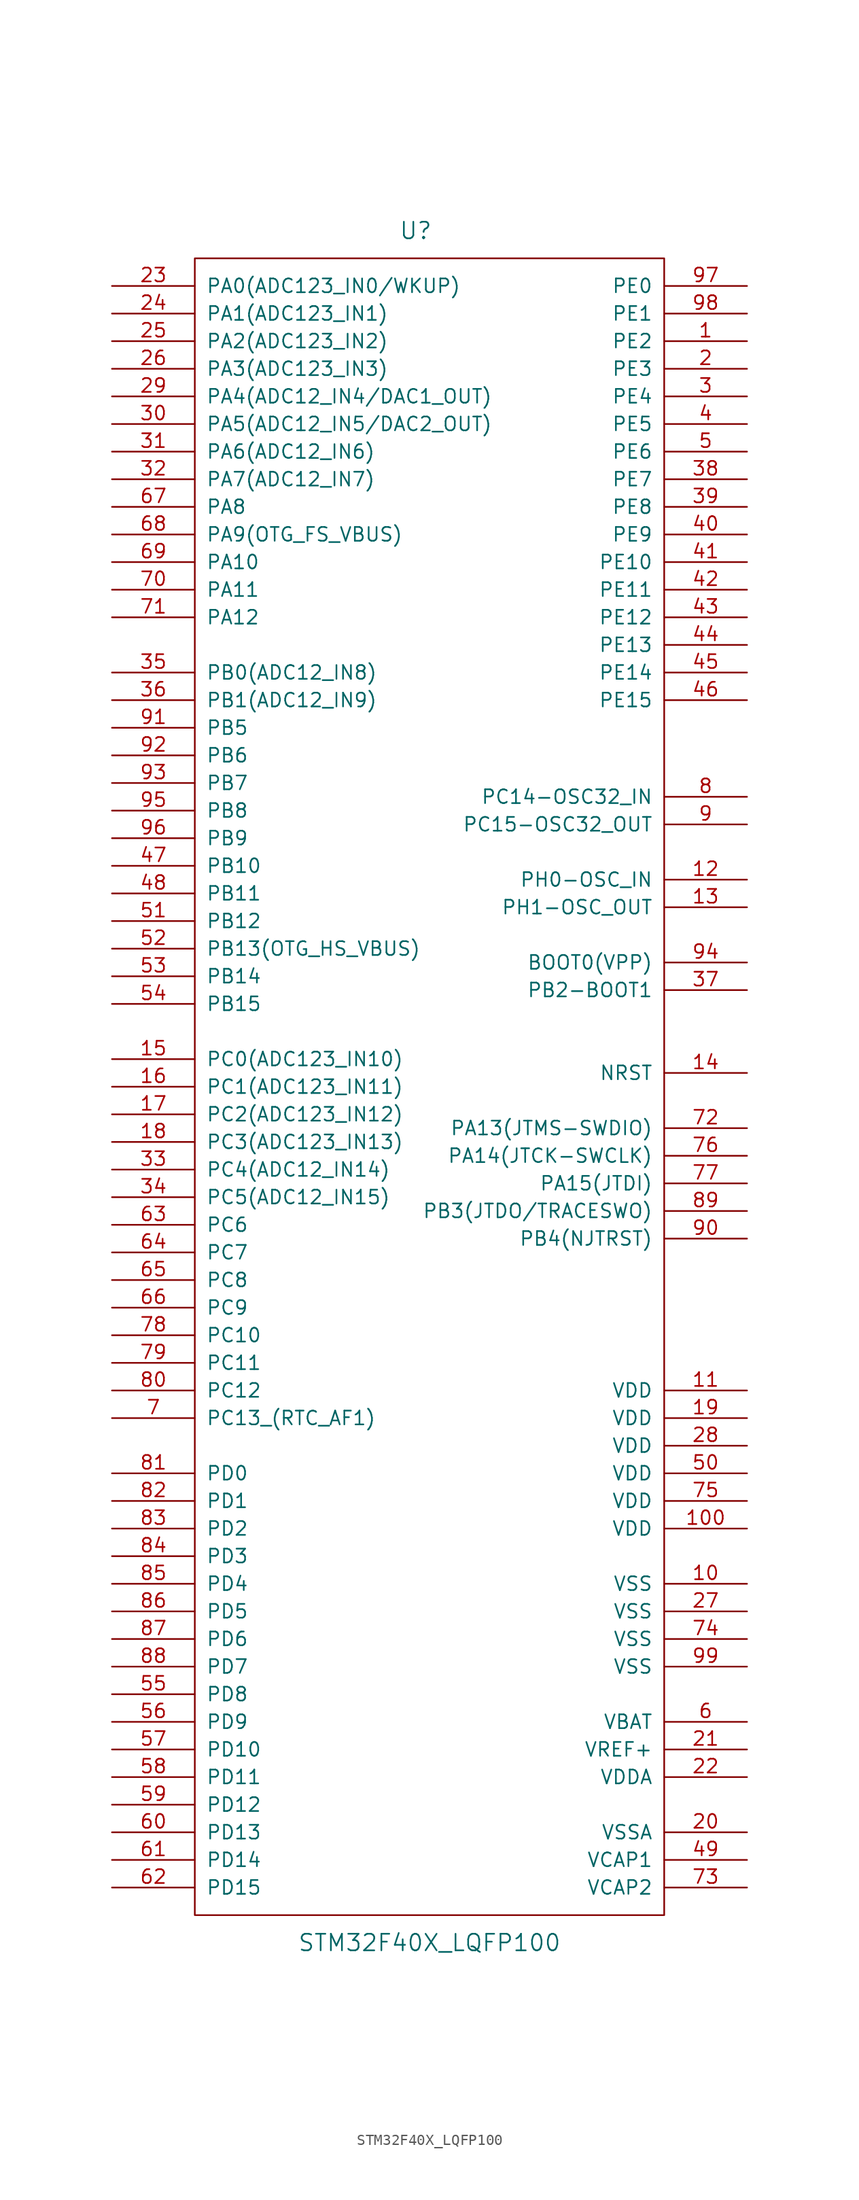
<source format=kicad_sym>
(kicad_symbol_lib
  (version 20211014)
  (generator kicad_symbol_editor)
  (symbol "STM32F40X_LQFP100"
    (pin_names
      (offset 1.016))
    (property "Reference" "U"
      (at -1.27 78.74 0)
      (effects (font (size 1.524 1.524))))
    (property "Value" "STM32F40X_LQFP100"
      (at 0 -78.74 0)
      (effects (font (size 1.524 1.524))))
    (property "Footprint" ""
      (at 0 0 0)
      (effects (font (size 1.524 1.524))))
    (property "Datasheet" ""
      (at 0 0 0)
      (effects (font (size 1.524 1.524))))
    (symbol "STM32F40X_LQFP100_0_1"
      (rectangle (start -21.59 76.2) (end 21.59 -76.2) (stroke (width 0) (type default) (color 0 0 0 0)) (fill (type none))))
    (symbol "STM32F40X_LQFP100_1_1"
      (pin bidirectional line (at 29.21 68.58 180) (length 7.62) (name "PE2" (effects (font (size 1.27 1.27)))) (number "1" (effects (font (size 1.27 1.27)))))
      (pin power_in line (at 29.21 -45.72 180) (length 7.62) (name "VSS" (effects (font (size 1.27 1.27)))) (number "10" (effects (font (size 1.27 1.27)))))
      (pin power_in line (at 29.21 -40.64 180) (length 7.62) (name "VDD" (effects (font (size 1.27 1.27)))) (number "100" (effects (font (size 1.27 1.27)))))
      (pin power_in line (at 29.21 -27.94 180) (length 7.62) (name "VDD" (effects (font (size 1.27 1.27)))) (number "11" (effects (font (size 1.27 1.27)))))
      (pin bidirectional line (at 29.21 19.05 180) (length 7.62) (name "PH0-OSC_IN" (effects (font (size 1.27 1.27)))) (number "12" (effects (font (size 1.27 1.27)))))
      (pin bidirectional line (at 29.21 16.51 180) (length 7.62) (name "PH1-OSC_OUT" (effects (font (size 1.27 1.27)))) (number "13" (effects (font (size 1.27 1.27)))))
      (pin bidirectional line (at 29.21 1.27 180) (length 7.62) (name "NRST" (effects (font (size 1.27 1.27)))) (number "14" (effects (font (size 1.27 1.27)))))
      (pin bidirectional line (at -29.21 2.54 0) (length 7.62) (name "PC0(ADC123_IN10)" (effects (font (size 1.27 1.27)))) (number "15" (effects (font (size 1.27 1.27)))))
      (pin bidirectional line (at -29.21 0 0) (length 7.62) (name "PC1(ADC123_IN11)" (effects (font (size 1.27 1.27)))) (number "16" (effects (font (size 1.27 1.27)))))
      (pin bidirectional line (at -29.21 -2.54 0) (length 7.62) (name "PC2(ADC123_IN12)" (effects (font (size 1.27 1.27)))) (number "17" (effects (font (size 1.27 1.27)))))
      (pin bidirectional line (at -29.21 -5.08 0) (length 7.62) (name "PC3(ADC123_IN13)" (effects (font (size 1.27 1.27)))) (number "18" (effects (font (size 1.27 1.27)))))
      (pin power_in line (at 29.21 -30.48 180) (length 7.62) (name "VDD" (effects (font (size 1.27 1.27)))) (number "19" (effects (font (size 1.27 1.27)))))
      (pin bidirectional line (at 29.21 66.04 180) (length 7.62) (name "PE3" (effects (font (size 1.27 1.27)))) (number "2" (effects (font (size 1.27 1.27)))))
      (pin power_in line (at 29.21 -68.58 180) (length 7.62) (name "VSSA" (effects (font (size 1.27 1.27)))) (number "20" (effects (font (size 1.27 1.27)))))
      (pin input line (at 29.21 -60.96 180) (length 7.62) (name "VREF+" (effects (font (size 1.27 1.27)))) (number "21" (effects (font (size 1.27 1.27)))))
      (pin power_in line (at 29.21 -63.5 180) (length 7.62) (name "VDDA" (effects (font (size 1.27 1.27)))) (number "22" (effects (font (size 1.27 1.27)))))
      (pin bidirectional line (at -29.21 73.66 0) (length 7.62) (name "PA0(ADC123_IN0/WKUP)" (effects (font (size 1.27 1.27)))) (number "23" (effects (font (size 1.27 1.27)))))
      (pin bidirectional line (at -29.21 71.12 0) (length 7.62) (name "PA1(ADC123_IN1)" (effects (font (size 1.27 1.27)))) (number "24" (effects (font (size 1.27 1.27)))))
      (pin bidirectional line (at -29.21 68.58 0) (length 7.62) (name "PA2(ADC123_IN2)" (effects (font (size 1.27 1.27)))) (number "25" (effects (font (size 1.27 1.27)))))
      (pin bidirectional line (at -29.21 66.04 0) (length 7.62) (name "PA3(ADC123_IN3)" (effects (font (size 1.27 1.27)))) (number "26" (effects (font (size 1.27 1.27)))))
      (pin power_in line (at 29.21 -48.26 180) (length 7.62) (name "VSS" (effects (font (size 1.27 1.27)))) (number "27" (effects (font (size 1.27 1.27)))))
      (pin power_in line (at 29.21 -33.02 180) (length 7.62) (name "VDD" (effects (font (size 1.27 1.27)))) (number "28" (effects (font (size 1.27 1.27)))))
      (pin bidirectional line (at -29.21 63.5 0) (length 7.62) (name "PA4(ADC12_IN4/DAC1_OUT)" (effects (font (size 1.27 1.27)))) (number "29" (effects (font (size 1.27 1.27)))))
      (pin bidirectional line (at 29.21 63.5 180) (length 7.62) (name "PE4" (effects (font (size 1.27 1.27)))) (number "3" (effects (font (size 1.27 1.27)))))
      (pin bidirectional line (at -29.21 60.96 0) (length 7.62) (name "PA5(ADC12_IN5/DAC2_OUT)" (effects (font (size 1.27 1.27)))) (number "30" (effects (font (size 1.27 1.27)))))
      (pin bidirectional line (at -29.21 58.42 0) (length 7.62) (name "PA6(ADC12_IN6)" (effects (font (size 1.27 1.27)))) (number "31" (effects (font (size 1.27 1.27)))))
      (pin bidirectional line (at -29.21 55.88 0) (length 7.62) (name "PA7(ADC12_IN7)" (effects (font (size 1.27 1.27)))) (number "32" (effects (font (size 1.27 1.27)))))
      (pin bidirectional line (at -29.21 -7.62 0) (length 7.62) (name "PC4(ADC12_IN14)" (effects (font (size 1.27 1.27)))) (number "33" (effects (font (size 1.27 1.27)))))
      (pin bidirectional line (at -29.21 -10.16 0) (length 7.62) (name "PC5(ADC12_IN15)" (effects (font (size 1.27 1.27)))) (number "34" (effects (font (size 1.27 1.27)))))
      (pin bidirectional line (at -29.21 38.1 0) (length 7.62) (name "PB0(ADC12_IN8)" (effects (font (size 1.27 1.27)))) (number "35" (effects (font (size 1.27 1.27)))))
      (pin bidirectional line (at -29.21 35.56 0) (length 7.62) (name "PB1(ADC12_IN9)" (effects (font (size 1.27 1.27)))) (number "36" (effects (font (size 1.27 1.27)))))
      (pin bidirectional line (at 29.21 8.89 180) (length 7.62) (name "PB2-BOOT1" (effects (font (size 1.27 1.27)))) (number "37" (effects (font (size 1.27 1.27)))))
      (pin bidirectional line (at 29.21 55.88 180) (length 7.62) (name "PE7" (effects (font (size 1.27 1.27)))) (number "38" (effects (font (size 1.27 1.27)))))
      (pin bidirectional line (at 29.21 53.34 180) (length 7.62) (name "PE8" (effects (font (size 1.27 1.27)))) (number "39" (effects (font (size 1.27 1.27)))))
      (pin bidirectional line (at 29.21 60.96 180) (length 7.62) (name "PE5" (effects (font (size 1.27 1.27)))) (number "4" (effects (font (size 1.27 1.27)))))
      (pin bidirectional line (at 29.21 50.8 180) (length 7.62) (name "PE9" (effects (font (size 1.27 1.27)))) (number "40" (effects (font (size 1.27 1.27)))))
      (pin bidirectional line (at 29.21 48.26 180) (length 7.62) (name "PE10" (effects (font (size 1.27 1.27)))) (number "41" (effects (font (size 1.27 1.27)))))
      (pin bidirectional line (at 29.21 45.72 180) (length 7.62) (name "PE11" (effects (font (size 1.27 1.27)))) (number "42" (effects (font (size 1.27 1.27)))))
      (pin bidirectional line (at 29.21 43.18 180) (length 7.62) (name "PE12" (effects (font (size 1.27 1.27)))) (number "43" (effects (font (size 1.27 1.27)))))
      (pin bidirectional line (at 29.21 40.64 180) (length 7.62) (name "PE13" (effects (font (size 1.27 1.27)))) (number "44" (effects (font (size 1.27 1.27)))))
      (pin bidirectional line (at 29.21 38.1 180) (length 7.62) (name "PE14" (effects (font (size 1.27 1.27)))) (number "45" (effects (font (size 1.27 1.27)))))
      (pin bidirectional line (at 29.21 35.56 180) (length 7.62) (name "PE15" (effects (font (size 1.27 1.27)))) (number "46" (effects (font (size 1.27 1.27)))))
      (pin bidirectional line (at -29.21 20.32 0) (length 7.62) (name "PB10" (effects (font (size 1.27 1.27)))) (number "47" (effects (font (size 1.27 1.27)))))
      (pin bidirectional line (at -29.21 17.78 0) (length 7.62) (name "PB11" (effects (font (size 1.27 1.27)))) (number "48" (effects (font (size 1.27 1.27)))))
      (pin power_out line (at 29.21 -71.12 180) (length 7.62) (name "VCAP1" (effects (font (size 1.27 1.27)))) (number "49" (effects (font (size 1.27 1.27)))))
      (pin bidirectional line (at 29.21 58.42 180) (length 7.62) (name "PE6" (effects (font (size 1.27 1.27)))) (number "5" (effects (font (size 1.27 1.27)))))
      (pin power_in line (at 29.21 -35.56 180) (length 7.62) (name "VDD" (effects (font (size 1.27 1.27)))) (number "50" (effects (font (size 1.27 1.27)))))
      (pin bidirectional line (at -29.21 15.24 0) (length 7.62) (name "PB12" (effects (font (size 1.27 1.27)))) (number "51" (effects (font (size 1.27 1.27)))))
      (pin bidirectional line (at -29.21 12.7 0) (length 7.62) (name "PB13(OTG_HS_VBUS)" (effects (font (size 1.27 1.27)))) (number "52" (effects (font (size 1.27 1.27)))))
      (pin bidirectional line (at -29.21 10.16 0) (length 7.62) (name "PB14" (effects (font (size 1.27 1.27)))) (number "53" (effects (font (size 1.27 1.27)))))
      (pin bidirectional line (at -29.21 7.62 0) (length 7.62) (name "PB15" (effects (font (size 1.27 1.27)))) (number "54" (effects (font (size 1.27 1.27)))))
      (pin bidirectional line (at -29.21 -55.88 0) (length 7.62) (name "PD8" (effects (font (size 1.27 1.27)))) (number "55" (effects (font (size 1.27 1.27)))))
      (pin bidirectional line (at -29.21 -58.42 0) (length 7.62) (name "PD9" (effects (font (size 1.27 1.27)))) (number "56" (effects (font (size 1.27 1.27)))))
      (pin bidirectional line (at -29.21 -60.96 0) (length 7.62) (name "PD10" (effects (font (size 1.27 1.27)))) (number "57" (effects (font (size 1.27 1.27)))))
      (pin bidirectional line (at -29.21 -63.5 0) (length 7.62) (name "PD11" (effects (font (size 1.27 1.27)))) (number "58" (effects (font (size 1.27 1.27)))))
      (pin bidirectional line (at -29.21 -66.04 0) (length 7.62) (name "PD12" (effects (font (size 1.27 1.27)))) (number "59" (effects (font (size 1.27 1.27)))))
      (pin power_in line (at 29.21 -58.42 180) (length 7.62) (name "VBAT" (effects (font (size 1.27 1.27)))) (number "6" (effects (font (size 1.27 1.27)))))
      (pin bidirectional line (at -29.21 -68.58 0) (length 7.62) (name "PD13" (effects (font (size 1.27 1.27)))) (number "60" (effects (font (size 1.27 1.27)))))
      (pin bidirectional line (at -29.21 -71.12 0) (length 7.62) (name "PD14" (effects (font (size 1.27 1.27)))) (number "61" (effects (font (size 1.27 1.27)))))
      (pin bidirectional line (at -29.21 -73.66 0) (length 7.62) (name "PD15" (effects (font (size 1.27 1.27)))) (number "62" (effects (font (size 1.27 1.27)))))
      (pin bidirectional line (at -29.21 -12.7 0) (length 7.62) (name "PC6" (effects (font (size 1.27 1.27)))) (number "63" (effects (font (size 1.27 1.27)))))
      (pin bidirectional line (at -29.21 -15.24 0) (length 7.62) (name "PC7" (effects (font (size 1.27 1.27)))) (number "64" (effects (font (size 1.27 1.27)))))
      (pin bidirectional line (at -29.21 -17.78 0) (length 7.62) (name "PC8" (effects (font (size 1.27 1.27)))) (number "65" (effects (font (size 1.27 1.27)))))
      (pin bidirectional line (at -29.21 -20.32 0) (length 7.62) (name "PC9" (effects (font (size 1.27 1.27)))) (number "66" (effects (font (size 1.27 1.27)))))
      (pin bidirectional line (at -29.21 53.34 0) (length 7.62) (name "PA8" (effects (font (size 1.27 1.27)))) (number "67" (effects (font (size 1.27 1.27)))))
      (pin bidirectional line (at -29.21 50.8 0) (length 7.62) (name "PA9(OTG_FS_VBUS)" (effects (font (size 1.27 1.27)))) (number "68" (effects (font (size 1.27 1.27)))))
      (pin bidirectional line (at -29.21 48.26 0) (length 7.62) (name "PA10" (effects (font (size 1.27 1.27)))) (number "69" (effects (font (size 1.27 1.27)))))
      (pin bidirectional line (at -29.21 -30.48 0) (length 7.62) (name "PC13_(RTC_AF1)" (effects (font (size 1.27 1.27)))) (number "7" (effects (font (size 1.27 1.27)))))
      (pin bidirectional line (at -29.21 45.72 0) (length 7.62) (name "PA11" (effects (font (size 1.27 1.27)))) (number "70" (effects (font (size 1.27 1.27)))))
      (pin bidirectional line (at -29.21 43.18 0) (length 7.62) (name "PA12" (effects (font (size 1.27 1.27)))) (number "71" (effects (font (size 1.27 1.27)))))
      (pin bidirectional line (at 29.21 -3.81 180) (length 7.62) (name "PA13(JTMS-SWDIO)" (effects (font (size 1.27 1.27)))) (number "72" (effects (font (size 1.27 1.27)))))
      (pin power_out line (at 29.21 -73.66 180) (length 7.62) (name "VCAP2" (effects (font (size 1.27 1.27)))) (number "73" (effects (font (size 1.27 1.27)))))
      (pin power_in line (at 29.21 -50.8 180) (length 7.62) (name "VSS" (effects (font (size 1.27 1.27)))) (number "74" (effects (font (size 1.27 1.27)))))
      (pin power_in line (at 29.21 -38.1 180) (length 7.62) (name "VDD" (effects (font (size 1.27 1.27)))) (number "75" (effects (font (size 1.27 1.27)))))
      (pin bidirectional line (at 29.21 -6.35 180) (length 7.62) (name "PA14(JTCK-SWCLK)" (effects (font (size 1.27 1.27)))) (number "76" (effects (font (size 1.27 1.27)))))
      (pin bidirectional line (at 29.21 -8.89 180) (length 7.62) (name "PA15(JTDI)" (effects (font (size 1.27 1.27)))) (number "77" (effects (font (size 1.27 1.27)))))
      (pin bidirectional line (at -29.21 -22.86 0) (length 7.62) (name "PC10" (effects (font (size 1.27 1.27)))) (number "78" (effects (font (size 1.27 1.27)))))
      (pin bidirectional line (at -29.21 -25.4 0) (length 7.62) (name "PC11" (effects (font (size 1.27 1.27)))) (number "79" (effects (font (size 1.27 1.27)))))
      (pin bidirectional line (at 29.21 26.67 180) (length 7.62) (name "PC14-OSC32_IN" (effects (font (size 1.27 1.27)))) (number "8" (effects (font (size 1.27 1.27)))))
      (pin bidirectional line (at -29.21 -27.94 0) (length 7.62) (name "PC12" (effects (font (size 1.27 1.27)))) (number "80" (effects (font (size 1.27 1.27)))))
      (pin bidirectional line (at -29.21 -35.56 0) (length 7.62) (name "PD0" (effects (font (size 1.27 1.27)))) (number "81" (effects (font (size 1.27 1.27)))))
      (pin bidirectional line (at -29.21 -38.1 0) (length 7.62) (name "PD1" (effects (font (size 1.27 1.27)))) (number "82" (effects (font (size 1.27 1.27)))))
      (pin bidirectional line (at -29.21 -40.64 0) (length 7.62) (name "PD2" (effects (font (size 1.27 1.27)))) (number "83" (effects (font (size 1.27 1.27)))))
      (pin bidirectional line (at -29.21 -43.18 0) (length 7.62) (name "PD3" (effects (font (size 1.27 1.27)))) (number "84" (effects (font (size 1.27 1.27)))))
      (pin bidirectional line (at -29.21 -45.72 0) (length 7.62) (name "PD4" (effects (font (size 1.27 1.27)))) (number "85" (effects (font (size 1.27 1.27)))))
      (pin bidirectional line (at -29.21 -48.26 0) (length 7.62) (name "PD5" (effects (font (size 1.27 1.27)))) (number "86" (effects (font (size 1.27 1.27)))))
      (pin bidirectional line (at -29.21 -50.8 0) (length 7.62) (name "PD6" (effects (font (size 1.27 1.27)))) (number "87" (effects (font (size 1.27 1.27)))))
      (pin bidirectional line (at -29.21 -53.34 0) (length 7.62) (name "PD7" (effects (font (size 1.27 1.27)))) (number "88" (effects (font (size 1.27 1.27)))))
      (pin bidirectional line (at 29.21 -11.43 180) (length 7.62) (name "PB3(JTDO/TRACESWO)" (effects (font (size 1.27 1.27)))) (number "89" (effects (font (size 1.27 1.27)))))
      (pin power_in line (at 29.21 24.13 180) (length 7.62) (name "PC15-OSC32_OUT" (effects (font (size 1.27 1.27)))) (number "9" (effects (font (size 1.27 1.27)))))
      (pin bidirectional line (at 29.21 -13.97 180) (length 7.62) (name "PB4(NJTRST)" (effects (font (size 1.27 1.27)))) (number "90" (effects (font (size 1.27 1.27)))))
      (pin bidirectional line (at -29.21 33.02 0) (length 7.62) (name "PB5" (effects (font (size 1.27 1.27)))) (number "91" (effects (font (size 1.27 1.27)))))
      (pin bidirectional line (at -29.21 30.48 0) (length 7.62) (name "PB6" (effects (font (size 1.27 1.27)))) (number "92" (effects (font (size 1.27 1.27)))))
      (pin bidirectional line (at -29.21 27.94 0) (length 7.62) (name "PB7" (effects (font (size 1.27 1.27)))) (number "93" (effects (font (size 1.27 1.27)))))
      (pin input line (at 29.21 11.43 180) (length 7.62) (name "BOOT0(VPP)" (effects (font (size 1.27 1.27)))) (number "94" (effects (font (size 1.27 1.27)))))
      (pin bidirectional line (at -29.21 25.4 0) (length 7.62) (name "PB8" (effects (font (size 1.27 1.27)))) (number "95" (effects (font (size 1.27 1.27)))))
      (pin bidirectional line (at -29.21 22.86 0) (length 7.62) (name "PB9" (effects (font (size 1.27 1.27)))) (number "96" (effects (font (size 1.27 1.27)))))
      (pin bidirectional line (at 29.21 73.66 180) (length 7.62) (name "PE0" (effects (font (size 1.27 1.27)))) (number "97" (effects (font (size 1.27 1.27)))))
      (pin bidirectional line (at 29.21 71.12 180) (length 7.62) (name "PE1" (effects (font (size 1.27 1.27)))) (number "98" (effects (font (size 1.27 1.27)))))
      (pin power_in line (at 29.21 -53.34 180) (length 7.62) (name "VSS" (effects (font (size 1.27 1.27)))) (number "99" (effects (font (size 1.27 1.27))))))))
</source>
